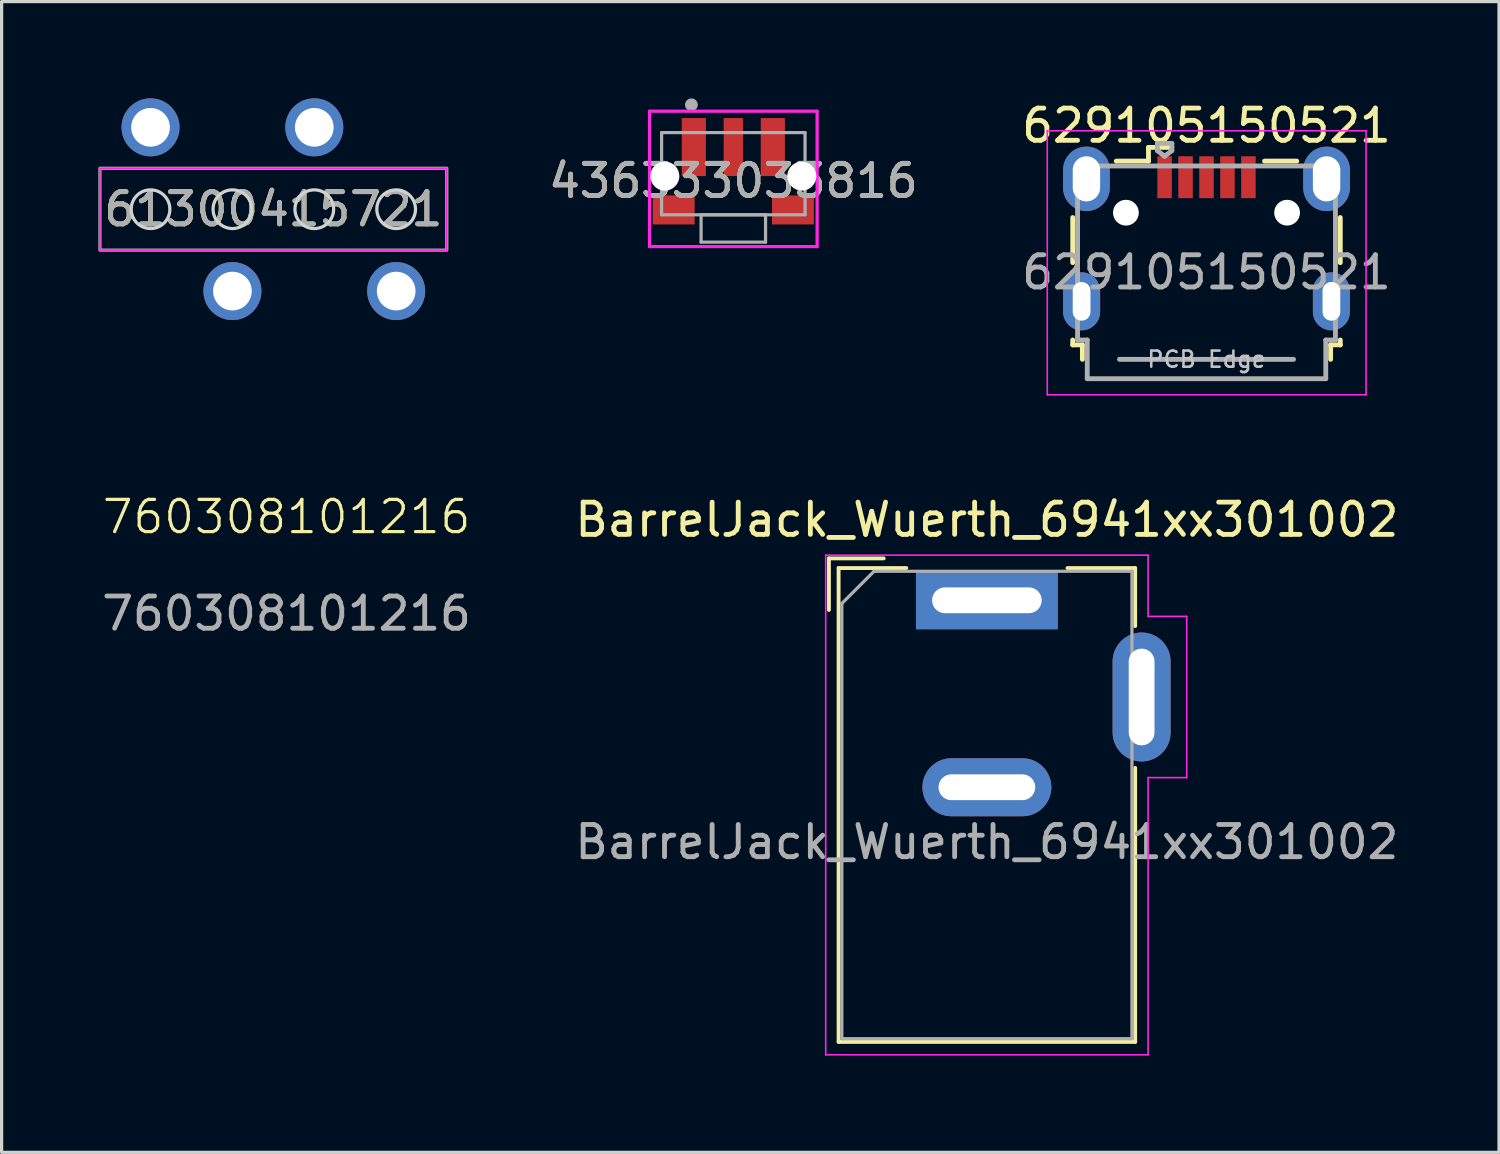
<source format=kicad_pcb>
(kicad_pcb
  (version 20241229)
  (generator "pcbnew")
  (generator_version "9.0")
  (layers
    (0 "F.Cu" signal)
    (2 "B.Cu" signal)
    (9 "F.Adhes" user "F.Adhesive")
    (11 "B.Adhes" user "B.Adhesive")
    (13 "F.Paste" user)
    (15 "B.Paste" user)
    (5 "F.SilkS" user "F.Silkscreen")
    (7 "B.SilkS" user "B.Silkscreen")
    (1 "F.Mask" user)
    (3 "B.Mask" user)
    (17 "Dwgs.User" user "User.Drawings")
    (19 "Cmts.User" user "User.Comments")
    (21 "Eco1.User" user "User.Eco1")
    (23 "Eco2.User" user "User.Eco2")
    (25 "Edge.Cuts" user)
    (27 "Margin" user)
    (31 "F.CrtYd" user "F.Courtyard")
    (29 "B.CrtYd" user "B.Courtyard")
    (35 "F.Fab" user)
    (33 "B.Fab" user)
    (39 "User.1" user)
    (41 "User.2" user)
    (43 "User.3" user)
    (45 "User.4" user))
  (footprint "760308101216"
    (layer "F.Cu")
    (at 5.839 13.484)
    (property "Reference" "760308101216" (at 0 -0.5 0) (unlocked yes) (layer "F.SilkS") (effects (font (size 1 1) (thickness 0.1))))
    (attr through_hole)
    (fp_text user "${REFERENCE}" (at 0 2.5 0) (unlocked yes) (layer "F.Fab") (effects (font (size 1 1) (thickness 0.15)))))
  (footprint "629105150521"
    (layer "F.Cu")
    (at 34.378 4.348)
    (property "Reference" "629105150521" (at 0 -3.5 0) (layer "F.SilkS") (effects (font (size 1 1) (thickness 0.15))))
    (attr smd)
    (fp_line (start -4.15 -0.65) (end -4.15 0.75) (stroke (width 0.15) (type solid)) (layer "F.SilkS"))
    (fp_line (start -4.15 3.15) (end -4.15 3.3) (stroke (width 0.15) (type solid)) (layer "F.SilkS"))
    (fp_line (start -4.15 3.3) (end -3.85 3.3) (stroke (width 0.15) (type solid)) (layer "F.SilkS"))
    (fp_line (start -3.85 3.3) (end -3.85 3.75) (stroke (width 0.15) (type solid)) (layer "F.SilkS"))
    (fp_line (start -1.8 -2.825) (end -1.8 -2.4) (stroke (width 0.15) (type solid)) (layer "F.SilkS"))
    (fp_line (start -1.8 -2.4) (end -2.8 -2.4) (stroke (width 0.15) (type solid)) (layer "F.SilkS"))
    (fp_line (start -1.075 -2.825) (end -1.8 -2.825) (stroke (width 0.15) (type solid)) (layer "F.SilkS"))
    (fp_line (start 1.8 -2.4) (end 2.8 -2.4) (stroke (width 0.15) (type solid)) (layer "F.SilkS"))
    (fp_line (start 3.85 3.3) (end 4.15 3.3) (stroke (width 0.15) (type solid)) (layer "F.SilkS"))
    (fp_line (start 3.85 3.75) (end 3.85 3.3) (stroke (width 0.15) (type solid)) (layer "F.SilkS"))
    (fp_line (start 4.15 0.75) (end 4.15 -0.65) (stroke (width 0.15) (type solid)) (layer "F.SilkS"))
    (fp_line (start 4.15 3.3) (end 4.15 3.15) (stroke (width 0.15) (type solid)) (layer "F.SilkS"))
    (fp_line (start -4.94 -3.34) (end -4.94 4.85) (stroke (width 0.05) (type solid)) (layer "F.CrtYd"))
    (fp_line (start -4.94 4.85) (end 4.95 4.85) (stroke (width 0.05) (type solid)) (layer "F.CrtYd"))
    (fp_line (start 4.95 -3.34) (end -4.94 -3.34) (stroke (width 0.05) (type solid)) (layer "F.CrtYd"))
    (fp_line (start 4.95 4.85) (end 4.95 -3.34) (stroke (width 0.05) (type solid)) (layer "F.CrtYd"))
    (fp_line (start -4 -2.25) (end -4 3.15) (stroke (width 0.15) (type solid)) (layer "F.Fab"))
    (fp_line (start -4 3.15) (end -3.7 3.15) (stroke (width 0.15) (type solid)) (layer "F.Fab"))
    (fp_line (start -3.7 3.15) (end -3.7 4.35) (stroke (width 0.15) (type solid)) (layer "F.Fab"))
    (fp_line (start -3.7 4.35) (end 3.7 4.35) (stroke (width 0.15) (type solid)) (layer "F.Fab"))
    (fp_line (start -2.7 3.75) (end 2.7 3.75) (stroke (width 0.15) (type solid)) (layer "F.Fab"))
    (fp_line (start -1.525 -2.95) (end -1.075 -2.95) (stroke (width 0.15) (type solid)) (layer "F.Fab"))
    (fp_line (start -1.525 -2.725) (end -1.525 -2.95) (stroke (width 0.15) (type solid)) (layer "F.Fab"))
    (fp_line (start -1.3 -2.55) (end -1.525 -2.725) (stroke (width 0.15) (type solid)) (layer "F.Fab"))
    (fp_line (start -1.075 -2.95) (end -1.075 -2.725) (stroke (width 0.15) (type solid)) (layer "F.Fab"))
    (fp_line (start -1.075 -2.725) (end -1.3 -2.55) (stroke (width 0.15) (type solid)) (layer "F.Fab"))
    (fp_line (start 3.7 3.15) (end 4 3.15) (stroke (width 0.15) (type solid)) (layer "F.Fab"))
    (fp_line (start 3.7 4.35) (end 3.7 3.15) (stroke (width 0.15) (type solid)) (layer "F.Fab"))
    (fp_line (start 4 -2.25) (end -4 -2.25) (stroke (width 0.15) (type solid)) (layer "F.Fab"))
    (fp_line (start 4 3.15) (end 4 -2.25) (stroke (width 0.15) (type solid)) (layer "F.Fab"))
    (fp_text user "PCB Edge" (at 0 3.75 0) (layer "Dwgs.User") (effects (font (size 0.5 0.5) (thickness 0.08))))
    (fp_text user "${REFERENCE}" (at 0 1.05 0) (layer "F.Fab") (effects (font (size 1 1) (thickness 0.15))))
    (pad "" np_thru_hole oval (at -2.5 -0.8) (size 0.8 0.8) (drill 0.8) (layers "*.Cu" "*.Mask"))
    (pad "" np_thru_hole oval (at 2.5 -0.8) (size 0.8 0.8) (drill 0.8) (layers "*.Cu" "*.Mask"))
    (pad "1" smd rect (at -1.3 -1.9) (size 0.45 1.3) (layers "F.Cu" "F.Mask" "F.Paste"))
    (pad "2" smd rect (at -0.65 -1.9) (size 0.45 1.3) (layers "F.Cu" "F.Mask" "F.Paste"))
    (pad "3" smd rect (at 0 -1.9) (size 0.45 1.3) (layers "F.Cu" "F.Mask" "F.Paste"))
    (pad "4" smd rect (at 0.65 -1.9) (size 0.45 1.3) (layers "F.Cu" "F.Mask" "F.Paste"))
    (pad "5" smd rect (at 1.3 -1.9) (size 0.45 1.3) (layers "F.Cu" "F.Mask" "F.Paste"))
    (pad "6" thru_hole oval (at -3.875 1.95) (size 1.15 1.8) (drill oval 0.55 1.2) (layers "*.Cu" "*.Mask"))
    (pad "6" thru_hole oval (at -3.725 -1.85) (size 1.45 2) (drill oval 0.85 1.4) (layers "*.Cu" "*.Mask"))
    (pad "6" thru_hole oval (at 3.725 -1.85) (size 1.45 2) (drill oval 0.85 1.4) (layers "*.Cu" "*.Mask"))
    (pad "6" thru_hole oval (at 3.875 1.95) (size 1.15 1.8) (drill oval 0.55 1.2) (layers "*.Cu" "*.Mask")))
  (footprint "BarrelJack_Wuerth_6941xx301002"
    (layer "F.Cu")
    (at 27.565 15.572)
    (property "Reference" "BarrelJack_Wuerth_6941xx301002" (at 0 -2.5 0) (layer "F.SilkS") (effects (font (size 1 1) (thickness 0.15))))
    (attr through_hole)
    (fp_line (start -4.9 -1.3) (end -4.9 0.3) (stroke (width 0.12) (type solid)) (layer "F.SilkS"))
    (fp_line (start -4.6 -1) (end -2.5 -1) (stroke (width 0.12) (type solid)) (layer "F.SilkS"))
    (fp_line (start -4.6 13.7) (end -4.6 -1) (stroke (width 0.12) (type solid)) (layer "F.SilkS"))
    (fp_line (start -3.2 -1.3) (end -4.9 -1.3) (stroke (width 0.12) (type solid)) (layer "F.SilkS"))
    (fp_line (start 2.5 -1) (end 4.6 -1) (stroke (width 0.12) (type solid)) (layer "F.SilkS"))
    (fp_line (start 4.6 -1) (end 4.6 0.8) (stroke (width 0.12) (type solid)) (layer "F.SilkS"))
    (fp_line (start 4.6 5.2) (end 4.6 13.7) (stroke (width 0.12) (type solid)) (layer "F.SilkS"))
    (fp_line (start 4.6 13.7) (end -4.6 13.7) (stroke (width 0.12) (type solid)) (layer "F.SilkS"))
    (fp_line (start -5 -1.4) (end -5 14.1) (stroke (width 0.05) (type solid)) (layer "F.CrtYd"))
    (fp_line (start -5 14.1) (end 5 14.1) (stroke (width 0.05) (type solid)) (layer "F.CrtYd"))
    (fp_line (start 5 -1.4) (end -5 -1.4) (stroke (width 0.05) (type solid)) (layer "F.CrtYd"))
    (fp_line (start 5 0.5) (end 5 -1.4) (stroke (width 0.05) (type solid)) (layer "F.CrtYd"))
    (fp_line (start 5 14.1) (end 5 5.5) (stroke (width 0.05) (type solid)) (layer "F.CrtYd"))
    (fp_line (start 6.2 0.5) (end 5 0.5) (stroke (width 0.05) (type solid)) (layer "F.CrtYd"))
    (fp_line (start 6.2 0.5) (end 6.2 5.5) (stroke (width 0.05) (type solid)) (layer "F.CrtYd"))
    (fp_line (start 6.2 5.5) (end 5 5.5) (stroke (width 0.05) (type solid)) (layer "F.CrtYd"))
    (fp_line (start -4.5 0.1) (end -3.5 -0.9) (stroke (width 0.1) (type solid)) (layer "F.Fab"))
    (fp_line (start -4.5 13.6) (end -4.5 0.1) (stroke (width 0.1) (type solid)) (layer "F.Fab"))
    (fp_line (start 4.5 -0.9) (end -3.5 -0.9) (stroke (width 0.1) (type solid)) (layer "F.Fab"))
    (fp_line (start 4.5 -0.9) (end 4.5 13.6) (stroke (width 0.1) (type solid)) (layer "F.Fab"))
    (fp_line (start 4.5 13.6) (end -4.5 13.6) (stroke (width 0.1) (type solid)) (layer "F.Fab"))
    (fp_text user "${REFERENCE}" (at 0 7.5 0) (layer "F.Fab") (effects (font (size 1 1) (thickness 0.15))))
    (pad "1" thru_hole rect (at 0 0) (size 4.4 1.8) (drill oval 3.4 0.8) (layers "*.Cu" "*.Mask"))
    (pad "2" thru_hole oval (at 0 5.8) (size 4 1.8) (drill oval 3 0.8) (layers "*.Cu" "*.Mask"))
    (pad "3" thru_hole oval (at 4.8 3 90) (size 4 1.8) (drill oval 3 0.8) (layers "*.Cu" "*.Mask")))
  (footprint "61300415721"
    (layer "F.Cu")
    (at 5.43 3.44)
    (property "Reference" "61300415721" (at 0 0 0) (unlocked yes) (layer "F.SilkS") (effects (font (size 1 1) (thickness 0.15))))
    (attr through_hole)
    (fp_circle (center -3.81 0) (end -3.21 0) (stroke (width 0.1) (type default)) (fill no) (layer "Edge.Cuts"))
    (fp_circle (center -1.27 0) (end -0.67 0) (stroke (width 0.1) (type default)) (fill no) (layer "Edge.Cuts"))
    (fp_circle (center 1.27 0) (end 1.87 0) (stroke (width 0.1) (type default)) (fill no) (layer "Edge.Cuts"))
    (fp_circle (center 3.81 0) (end 4.41 0) (stroke (width 0.1) (type default)) (fill no) (layer "Edge.Cuts"))
    (fp_rect (start -5.38 -1.27) (end 5.38 1.27) (stroke (width 0.05) (type default)) (fill no) (layer "F.CrtYd"))
    (fp_rect (start -5.38 -1.27) (end 5.38 1.27) (stroke (width 0.1) (type default)) (fill no) (layer "F.Fab"))
    (fp_text user "${REFERENCE}" (at 0 0 0) (unlocked yes) (layer "F.Fab") (effects (font (size 1 1) (thickness 0.15))))
    (pad "1" thru_hole circle (at -3.81 -2.54) (size 1.8 1.8) (drill 1.2) (layers "*.Cu" "*.Mask"))
    (pad "2" thru_hole circle (at -1.27 2.54) (size 1.8 1.8) (drill 1.2) (layers "*.Cu" "*.Mask"))
    (pad "3" thru_hole circle (at 1.27 -2.54) (size 1.8 1.8) (drill 1.2) (layers "*.Cu" "*.Mask"))
    (pad "4" thru_hole circle (at 3.81 2.54) (size 1.8 1.8) (drill 1.2) (layers "*.Cu" "*.Mask")))
  (footprint "436333033816"
    (layer "F.Cu")
    (at 19.699 2.5)
    (property "Reference" "436333033816" (at 0 0.063 0) (layer "F.SilkS") (effects (font (size 1 1) (thickness 0.15))))
    (attr through_hole)
    (fp_line (start -2.6 -2.1) (end 2.6 -2.1) (stroke (width 0.1) (type solid)) (layer "F.CrtYd"))
    (fp_line (start -2.6 2.1) (end -2.6 -2.1) (stroke (width 0.1) (type solid)) (layer "F.CrtYd"))
    (fp_line (start 2.6 -2.1) (end 2.6 2.1) (stroke (width 0.1) (type solid)) (layer "F.CrtYd"))
    (fp_line (start 2.6 2.1) (end -2.6 2.1) (stroke (width 0.1) (type solid)) (layer "F.CrtYd"))
    (fp_line (start -2.225 -1.437) (end -2.225 1.113) (stroke (width 0.1) (type solid)) (layer "F.Fab"))
    (fp_line (start -2.225 1.113) (end 2.225 1.113) (stroke (width 0.1) (type solid)) (layer "F.Fab"))
    (fp_line (start -1 1.113) (end -1 1.962) (stroke (width 0.1) (type solid)) (layer "F.Fab"))
    (fp_line (start -1 1.962) (end 1 1.962) (stroke (width 0.1) (type solid)) (layer "F.Fab"))
    (fp_line (start 1 1.113) (end -1 1.113) (stroke (width 0.1) (type solid)) (layer "F.Fab"))
    (fp_line (start 1 1.962) (end 1 1.113) (stroke (width 0.1) (type solid)) (layer "F.Fab"))
    (fp_line (start 2.225 -1.437) (end -2.225 -1.437) (stroke (width 0.1) (type solid)) (layer "F.Fab"))
    (fp_line (start 2.225 1.113) (end 2.225 -1.437) (stroke (width 0.1) (type solid)) (layer "F.Fab"))
    (fp_circle (center -1.3 -2.3) (end -1.2 -2.3) (stroke (width 0.2) (type solid)) (fill no) (layer "F.Fab"))
    (fp_text user "${REFERENCE}" (at 0 0.063 0) (layer "F.Fab") (effects (font (size 1 1) (thickness 0.15))))
    (pad "" np_thru_hole circle (at -2.125 -0.087) (size 0.9 0.9) (drill 0.9) (layers "*.Cu" "*.Mask"))
    (pad "" np_thru_hole circle (at 2.125 -0.087) (size 0.9 0.9) (drill 0.9) (layers "*.Cu" "*.Mask"))
    (pad "1" smd rect (at -1.225 -0.988) (size 0.75 1.8) (layers "F.Cu" "F.Mask" "F.Paste"))
    (pad "1" smd rect (at 1.225 -0.988) (size 0.75 1.8) (layers "F.Cu" "F.Mask" "F.Paste"))
    (pad "2" smd rect (at 0 -0.988) (size 0.6 1.8) (layers "F.Cu" "F.Mask" "F.Paste"))
    (pad "MP" smd rect (at -1.85 0.963 90) (size 0.9 1.3) (layers "F.Cu" "F.Mask" "F.Paste"))
    (pad "MP" smd rect (at 1.85 0.963 90) (size 0.9 1.3) (layers "F.Cu" "F.Mask" "F.Paste")))
  (gr_rect
    (start -3 -3)
    (end 43.452 32.697)
    (stroke (width 0.1) (type default))
    (fill no)
    (layer "Edge.Cuts")))
</source>
